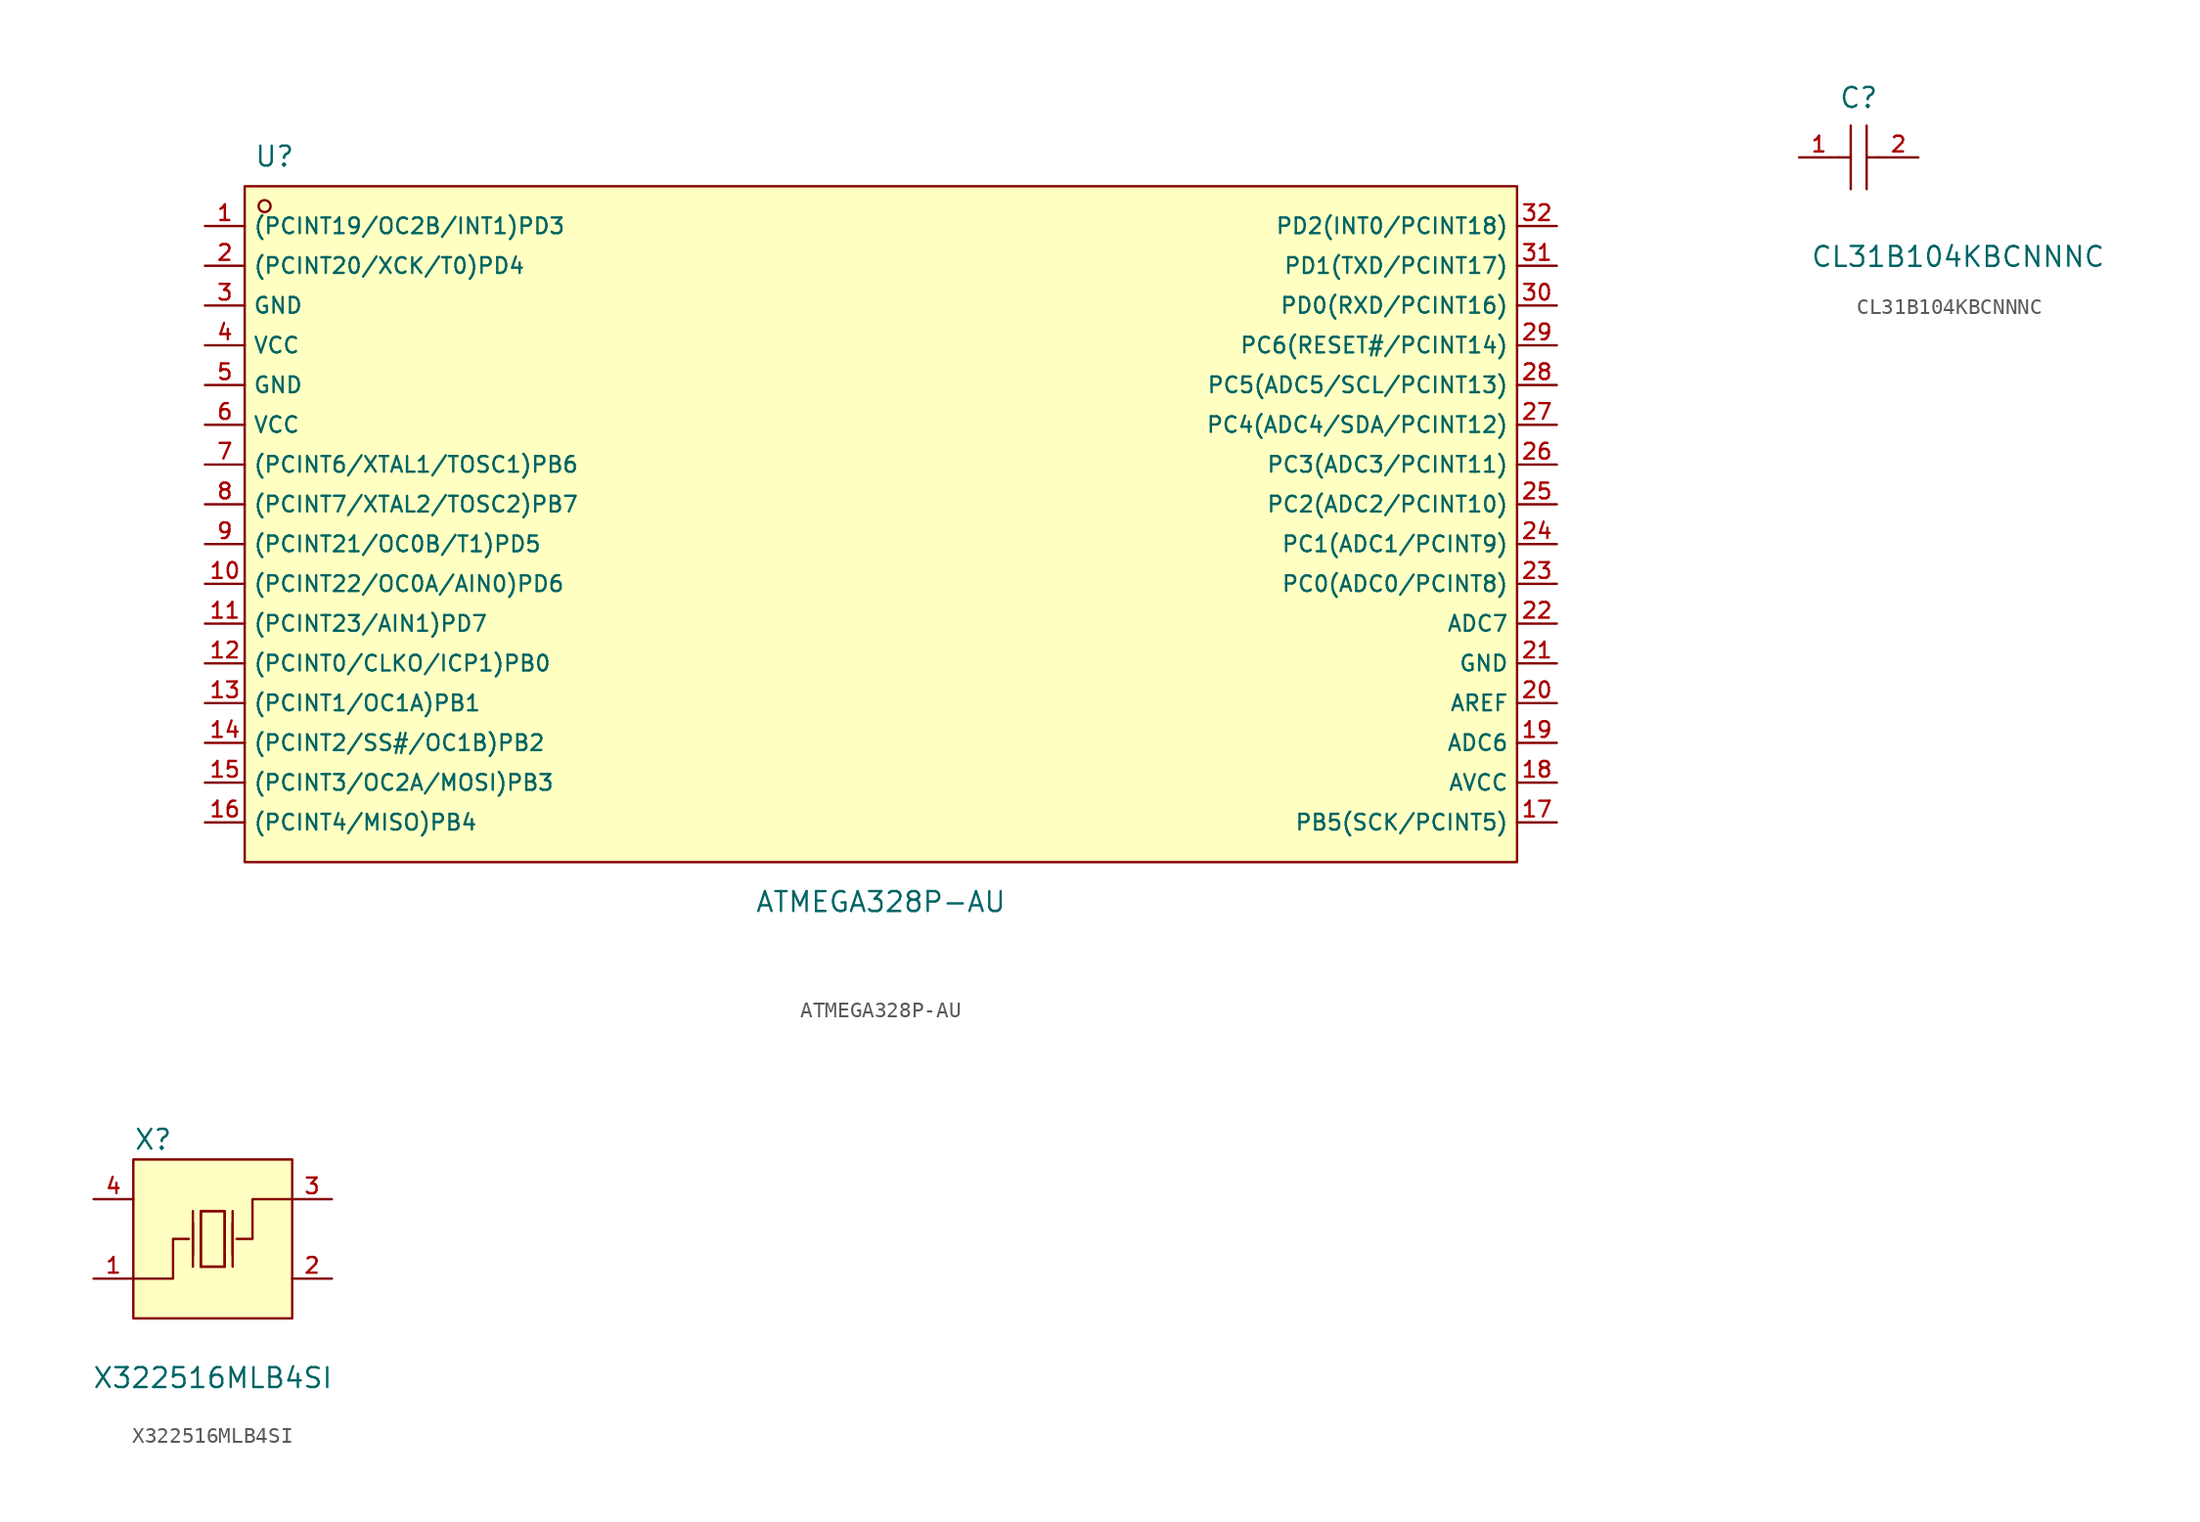
<source format=kicad_sym>
(kicad_symbol_lib
  (version 20211014)
  (generator kicad_symbol_editor)
  (symbol "ATMEGA328P-AU"
    (property "Reference" "U"
      (at 4.445 4.445 0)
      (effects (font (size 1.27 1.27))))
    (property "Value" "ATMEGA328P-AU"
      (at 43.18 -43.18 0)
      (effects (font (size 1.27 1.27))))
    (symbol "ATMEGA328P-AU_0_0"
      (rectangle (start 2.54 2.54) (end 83.82 -40.64) (stroke (width 0) (type default) (color 0 0 0 0)) (fill (type background)))
      (circle (center 3.81 1.27) (radius 0.381) (stroke (width 0) (type default) (color 0 0 0 0)) (fill (type background)))
      (pin unspecified line (at 0 0 0) (length 2.54) (name "(PCINT19/OC2B/INT1)PD3" (effects (font (size 1 1)))) (number "1" (effects (font (size 1 1)))))
      (pin unspecified line (at 0 -22.86 0) (length 2.54) (name "(PCINT22/OC0A/AIN0)PD6" (effects (font (size 1 1)))) (number "10" (effects (font (size 1 1)))))
      (pin unspecified line (at 0 -25.4 0) (length 2.54) (name "(PCINT23/AIN1)PD7" (effects (font (size 1 1)))) (number "11" (effects (font (size 1 1)))))
      (pin unspecified line (at 0 -27.94 0) (length 2.54) (name "(PCINT0/CLKO/ICP1)PB0" (effects (font (size 1 1)))) (number "12" (effects (font (size 1 1)))))
      (pin unspecified line (at 0 -30.48 0) (length 2.54) (name "(PCINT1/OC1A)PB1" (effects (font (size 1 1)))) (number "13" (effects (font (size 1 1)))))
      (pin unspecified line (at 0 -33.02 0) (length 2.54) (name "(PCINT2/SS#/OC1B)PB2" (effects (font (size 1 1)))) (number "14" (effects (font (size 1 1)))))
      (pin unspecified line (at 0 -35.56 0) (length 2.54) (name "(PCINT3/OC2A/MOSI)PB3" (effects (font (size 1 1)))) (number "15" (effects (font (size 1 1)))))
      (pin unspecified line (at 0 -38.1 0) (length 2.54) (name "(PCINT4/MISO)PB4" (effects (font (size 1 1)))) (number "16" (effects (font (size 1 1)))))
      (pin unspecified line (at 86.36 -38.1 180) (length 2.54) (name "PB5(SCK/PCINT5)" (effects (font (size 1 1)))) (number "17" (effects (font (size 1 1)))))
      (pin unspecified line (at 86.36 -35.56 180) (length 2.54) (name "AVCC" (effects (font (size 1 1)))) (number "18" (effects (font (size 1 1)))))
      (pin unspecified line (at 86.36 -33.02 180) (length 2.54) (name "ADC6" (effects (font (size 1 1)))) (number "19" (effects (font (size 1 1)))))
      (pin unspecified line (at 0 -2.54 0) (length 2.54) (name "(PCINT20/XCK/T0)PD4" (effects (font (size 1 1)))) (number "2" (effects (font (size 1 1)))))
      (pin unspecified line (at 86.36 -30.48 180) (length 2.54) (name "AREF" (effects (font (size 1 1)))) (number "20" (effects (font (size 1 1)))))
      (pin unspecified line (at 86.36 -27.94 180) (length 2.54) (name "GND" (effects (font (size 1 1)))) (number "21" (effects (font (size 1 1)))))
      (pin unspecified line (at 86.36 -25.4 180) (length 2.54) (name "ADC7" (effects (font (size 1 1)))) (number "22" (effects (font (size 1 1)))))
      (pin unspecified line (at 86.36 -22.86 180) (length 2.54) (name "PC0(ADC0/PCINT8)" (effects (font (size 1 1)))) (number "23" (effects (font (size 1 1)))))
      (pin unspecified line (at 86.36 -20.32 180) (length 2.54) (name "PC1(ADC1/PCINT9)" (effects (font (size 1 1)))) (number "24" (effects (font (size 1 1)))))
      (pin unspecified line (at 86.36 -17.78 180) (length 2.54) (name "PC2(ADC2/PCINT10)" (effects (font (size 1 1)))) (number "25" (effects (font (size 1 1)))))
      (pin unspecified line (at 86.36 -15.24 180) (length 2.54) (name "PC3(ADC3/PCINT11)" (effects (font (size 1 1)))) (number "26" (effects (font (size 1 1)))))
      (pin unspecified line (at 86.36 -12.7 180) (length 2.54) (name "PC4(ADC4/SDA/PCINT12)" (effects (font (size 1 1)))) (number "27" (effects (font (size 1 1)))))
      (pin unspecified line (at 86.36 -10.16 180) (length 2.54) (name "PC5(ADC5/SCL/PCINT13)" (effects (font (size 1 1)))) (number "28" (effects (font (size 1 1)))))
      (pin unspecified line (at 86.36 -7.62 180) (length 2.54) (name "PC6(RESET#/PCINT14)" (effects (font (size 1 1)))) (number "29" (effects (font (size 1 1)))))
      (pin unspecified line (at 0 -5.08 0) (length 2.54) (name "GND" (effects (font (size 1 1)))) (number "3" (effects (font (size 1 1)))))
      (pin unspecified line (at 86.36 -5.08 180) (length 2.54) (name "PD0(RXD/PCINT16)" (effects (font (size 1 1)))) (number "30" (effects (font (size 1 1)))))
      (pin unspecified line (at 86.36 -2.54 180) (length 2.54) (name "PD1(TXD/PCINT17)" (effects (font (size 1 1)))) (number "31" (effects (font (size 1 1)))))
      (pin unspecified line (at 86.36 0 180) (length 2.54) (name "PD2(INT0/PCINT18)" (effects (font (size 1 1)))) (number "32" (effects (font (size 1 1)))))
      (pin unspecified line (at 0 -7.62 0) (length 2.54) (name "VCC" (effects (font (size 1 1)))) (number "4" (effects (font (size 1 1)))))
      (pin unspecified line (at 0 -10.16 0) (length 2.54) (name "GND" (effects (font (size 1 1)))) (number "5" (effects (font (size 1 1)))))
      (pin unspecified line (at 0 -12.7 0) (length 2.54) (name "VCC" (effects (font (size 1 1)))) (number "6" (effects (font (size 1 1)))))
      (pin unspecified line (at 0 -15.24 0) (length 2.54) (name "(PCINT6/XTAL1/TOSC1)PB6" (effects (font (size 1 1)))) (number "7" (effects (font (size 1 1)))))
      (pin unspecified line (at 0 -17.78 0) (length 2.54) (name "(PCINT7/XTAL2/TOSC2)PB7" (effects (font (size 1 1)))) (number "8" (effects (font (size 1 1)))))
      (pin unspecified line (at 0 -20.32 0) (length 2.54) (name "(PCINT21/OC0B/T1)PD5" (effects (font (size 1 1)))) (number "9" (effects (font (size 1 1)))))))
  (symbol "CL31B104KBCNNNC"
    (pin_names hide)
    (property "Reference" "C"
      (at 3.81 3.81 0)
      (effects (font (size 1.27 1.27))))
    (property "Value" "CL31B104KBCNNNC"
      (at 10.16 -6.35 0)
      (effects (font (size 1.27 1.27))))
    (symbol "CL31B104KBCNNNC_0_0"
      (polyline (pts (xy 2.54 0) (xy 3.302 0)) (stroke (width 0) (type default) (color 0 0 0 0)) (fill (type none)))
      (polyline (pts (xy 3.302 2.032) (xy 3.302 -2.032)) (stroke (width 0) (type default) (color 0 0 0 0)) (fill (type none)))
      (polyline (pts (xy 4.318 0) (xy 5.08 0)) (stroke (width 0) (type default) (color 0 0 0 0)) (fill (type none)))
      (polyline (pts (xy 4.318 2.032) (xy 4.318 -2.032)) (stroke (width 0) (type default) (color 0 0 0 0)) (fill (type none)))
      (pin input line (at 0 0 0) (length 2.54) (name "1" (effects (font (size 1 1)))) (number "1" (effects (font (size 1 1)))))
      (pin input line (at 7.62 0 180) (length 2.54) (name "2" (effects (font (size 1 1)))) (number "2" (effects (font (size 1 1)))))))
  (symbol "X322516MLB4SI"
    (pin_names hide)
    (property "Reference" "X"
      (at 3.81 8.89 0)
      (effects (font (size 1.27 1.27))))
    (property "Value" "X322516MLB4SI"
      (at 7.62 -6.35 0)
      (effects (font (size 1.27 1.27))))
    (symbol "X322516MLB4SI_0_0"
      (polyline (pts (xy 6.35 0.762) (xy 6.35 4.318)) (stroke (width 0) (type default) (color 0 0 0 0)) (fill (type none)))
      (polyline (pts (xy 6.35 1.524) (xy 6.35 3.556)) (stroke (width 0) (type default) (color 0 0 0 0)) (fill (type none)))
      (polyline (pts (xy 8.382 0.762) (xy 6.858 0.762)) (stroke (width 0) (type default) (color 0 0 0 0)) (fill (type none)))
      (polyline (pts (xy 8.89 0.762) (xy 8.89 4.318)) (stroke (width 0) (type default) (color 0 0 0 0)) (fill (type none)))
      (polyline (pts (xy 8.89 1.524) (xy 8.89 3.556)) (stroke (width 0) (type default) (color 0 0 0 0)) (fill (type none)))
      (polyline (pts (xy 2.54 0) (xy 5.08 0) (xy 5.08 2.54) (xy 6.096 2.54)) (stroke (width 0) (type default) (color 0 0 0 0)) (fill (type none)))
      (polyline (pts (xy 6.858 0.762) (xy 6.858 4.318) (xy 8.382 4.318) (xy 8.382 0.762)) (stroke (width 0) (type default) (color 0 0 0 0)) (fill (type none)))
      (polyline (pts (xy 12.7 5.08) (xy 10.16 5.08) (xy 10.16 2.54) (xy 9.144 2.54)) (stroke (width 0) (type default) (color 0 0 0 0)) (fill (type none)))
      (polyline (pts (xy 8.382 4.318) (xy 8.382 0.762) (xy 6.858 0.762) (xy 6.858 4.318) (xy 8.382 4.318)) (stroke (width 0) (type default) (color 0 0 0 0)) (fill (type none)))
      (rectangle (start 2.54 7.62) (end 12.7 -2.54) (stroke (width 0) (type default) (color 0 0 0 0)) (fill (type background)))
      (pin unspecified line (at 0 0 0) (length 2.54) (name "OSC1" (effects (font (size 1 1)))) (number "1" (effects (font (size 1 1)))))
      (pin unspecified line (at 15.24 0 180) (length 2.54) (name "GND" (effects (font (size 1 1)))) (number "2" (effects (font (size 1 1)))))
      (pin unspecified line (at 15.24 5.08 180) (length 2.54) (name "OSC2" (effects (font (size 1 1)))) (number "3" (effects (font (size 1 1)))))
      (pin unspecified line (at 0 5.08 0) (length 2.54) (name "GND" (effects (font (size 1 1)))) (number "4" (effects (font (size 1 1))))))))
</source>
